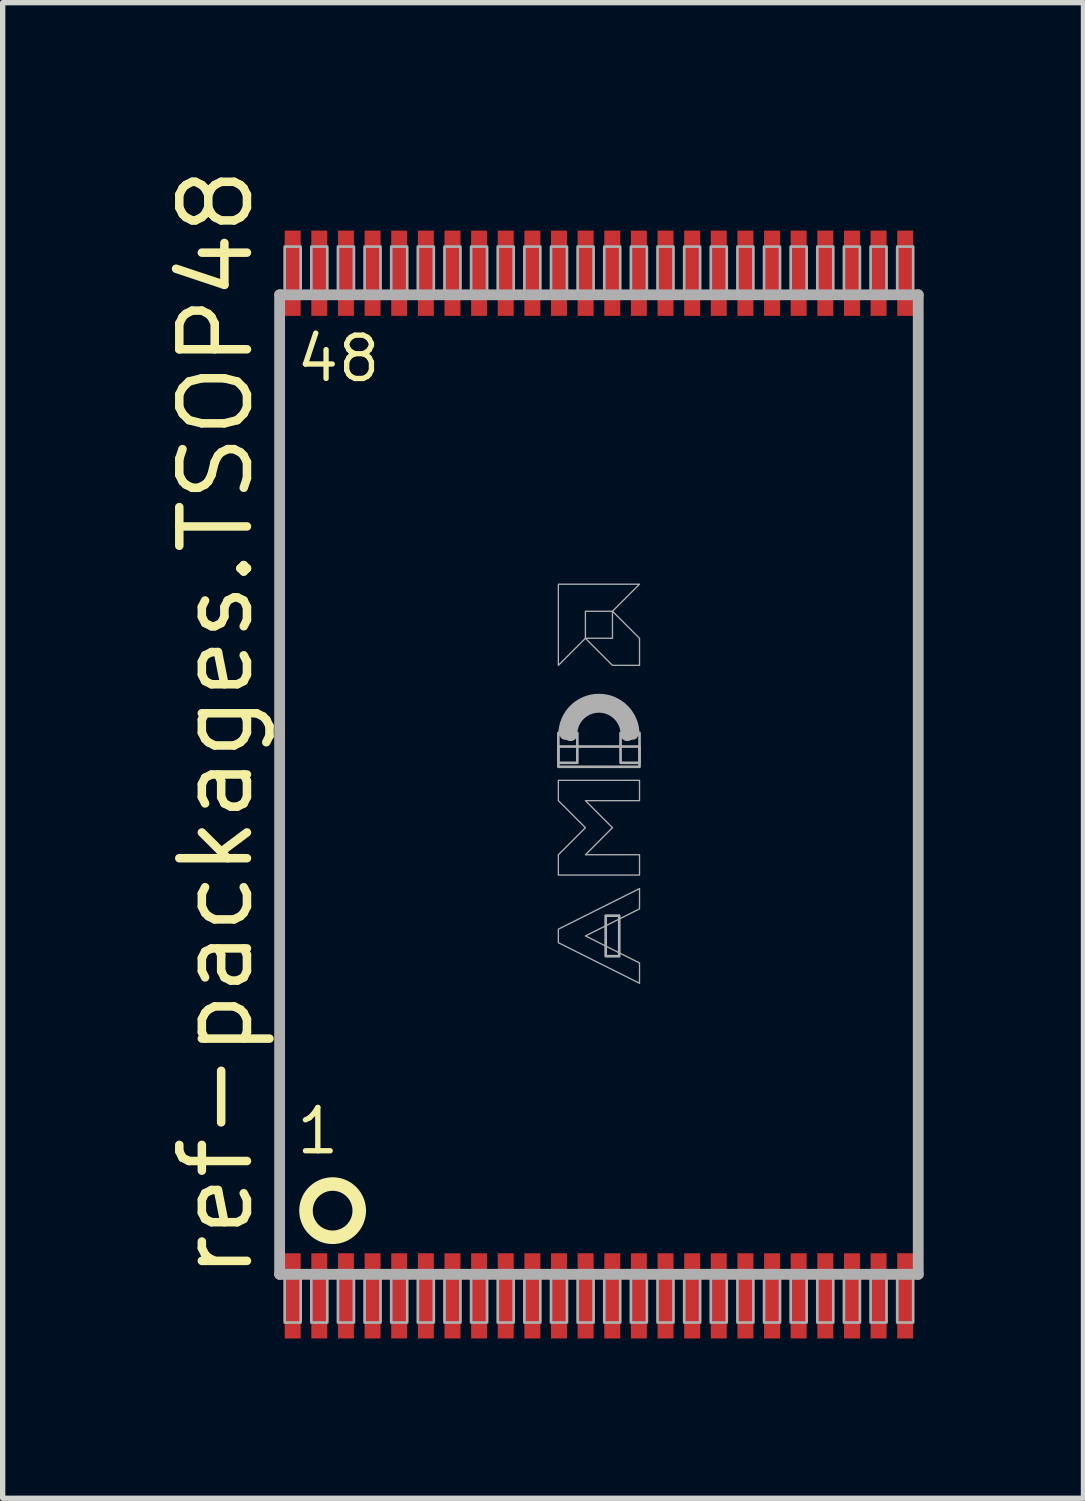
<source format=kicad_pcb>
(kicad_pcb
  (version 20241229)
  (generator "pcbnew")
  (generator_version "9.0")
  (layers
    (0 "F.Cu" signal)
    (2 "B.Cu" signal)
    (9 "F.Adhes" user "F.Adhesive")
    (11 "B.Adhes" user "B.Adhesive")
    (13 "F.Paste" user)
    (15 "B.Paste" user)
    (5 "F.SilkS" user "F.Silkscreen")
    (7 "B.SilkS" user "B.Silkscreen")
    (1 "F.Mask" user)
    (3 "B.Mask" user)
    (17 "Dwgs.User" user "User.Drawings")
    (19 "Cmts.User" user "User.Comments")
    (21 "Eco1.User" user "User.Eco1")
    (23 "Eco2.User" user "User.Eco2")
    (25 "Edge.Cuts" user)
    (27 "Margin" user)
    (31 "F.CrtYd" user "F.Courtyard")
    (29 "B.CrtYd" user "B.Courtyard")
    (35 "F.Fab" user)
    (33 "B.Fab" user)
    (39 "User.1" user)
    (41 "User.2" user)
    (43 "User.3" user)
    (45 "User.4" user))
  (footprint "ref-packages.TSOP48"
    (layer "F.Cu")
    (at 8.195 11.68)
    (property "Reference" "ref-packages.TSOP48" (at -6.445 9.35 90) (layer "F.SilkS") (effects (font (size 1.27 1.27) (thickness 0.16)) (justify left bottom)))
    (attr smd)
    (fp_circle (center -5 8) (end -4.5 8) (stroke (width 0.254) (type default)) (fill no) (layer "F.SilkS"))
    (fp_line (start -5.995 -9.195) (end 5.995 -9.195) (stroke (width 0.203) (type default)) (layer "F.Fab"))
    (fp_line (start -5.995 9.195) (end -5.995 -9.195) (stroke (width 0.203) (type default)) (layer "F.Fab"))
    (fp_line (start 5.995 -9.195) (end 5.995 9.195) (stroke (width 0.203) (type default)) (layer "F.Fab"))
    (fp_line (start 5.995 9.195) (end -5.995 9.195) (stroke (width 0.203) (type default)) (layer "F.Fab"))
    (fp_rect (start -5.9 -9.25) (end -5.6 -10.1) (stroke (width 0.05) (type default)) (fill no) (layer "F.Fab"))
    (fp_rect (start -5.9 10.1) (end -5.6 9.25) (stroke (width 0.05) (type default)) (fill no) (layer "F.Fab"))
    (fp_rect (start -5.4 -9.25) (end -5.1 -10.1) (stroke (width 0.05) (type default)) (fill no) (layer "F.Fab"))
    (fp_rect (start -5.4 10.1) (end -5.1 9.25) (stroke (width 0.05) (type default)) (fill no) (layer "F.Fab"))
    (fp_rect (start -4.9 -9.25) (end -4.6 -10.1) (stroke (width 0.05) (type default)) (fill no) (layer "F.Fab"))
    (fp_rect (start -4.9 10.1) (end -4.6 9.25) (stroke (width 0.05) (type default)) (fill no) (layer "F.Fab"))
    (fp_rect (start -4.4 -9.25) (end -4.1 -10.1) (stroke (width 0.05) (type default)) (fill no) (layer "F.Fab"))
    (fp_rect (start -4.4 10.1) (end -4.1 9.25) (stroke (width 0.05) (type default)) (fill no) (layer "F.Fab"))
    (fp_rect (start -3.9 -9.25) (end -3.6 -10.1) (stroke (width 0.05) (type default)) (fill no) (layer "F.Fab"))
    (fp_rect (start -3.9 10.1) (end -3.6 9.25) (stroke (width 0.05) (type default)) (fill no) (layer "F.Fab"))
    (fp_rect (start -3.4 -9.25) (end -3.1 -10.1) (stroke (width 0.05) (type default)) (fill no) (layer "F.Fab"))
    (fp_rect (start -3.4 10.1) (end -3.1 9.25) (stroke (width 0.05) (type default)) (fill no) (layer "F.Fab"))
    (fp_rect (start -2.9 -9.25) (end -2.6 -10.1) (stroke (width 0.05) (type default)) (fill no) (layer "F.Fab"))
    (fp_rect (start -2.9 10.1) (end -2.6 9.25) (stroke (width 0.05) (type default)) (fill no) (layer "F.Fab"))
    (fp_rect (start -2.4 -9.25) (end -2.1 -10.1) (stroke (width 0.05) (type default)) (fill no) (layer "F.Fab"))
    (fp_rect (start -2.4 10.1) (end -2.1 9.25) (stroke (width 0.05) (type default)) (fill no) (layer "F.Fab"))
    (fp_rect (start -1.9 -9.25) (end -1.6 -10.1) (stroke (width 0.05) (type default)) (fill no) (layer "F.Fab"))
    (fp_rect (start -1.9 10.1) (end -1.6 9.25) (stroke (width 0.05) (type default)) (fill no) (layer "F.Fab"))
    (fp_rect (start -1.4 -9.25) (end -1.1 -10.1) (stroke (width 0.05) (type default)) (fill no) (layer "F.Fab"))
    (fp_rect (start -1.4 10.1) (end -1.1 9.25) (stroke (width 0.05) (type default)) (fill no) (layer "F.Fab"))
    (fp_rect (start -0.9 -9.25) (end -0.6 -10.1) (stroke (width 0.05) (type default)) (fill no) (layer "F.Fab"))
    (fp_rect (start -0.9 10.1) (end -0.6 9.25) (stroke (width 0.05) (type default)) (fill no) (layer "F.Fab"))
    (fp_rect (start -0.762 -0.409) (end -0.406 -0.968) (stroke (width 0.05) (type default)) (fill no) (layer "F.Fab"))
    (fp_rect (start -0.762 -0.333) (end 0.762 -0.714) (stroke (width 0.05) (type default)) (fill no) (layer "F.Fab"))
    (fp_rect (start -0.4 -9.25) (end -0.1 -10.1) (stroke (width 0.05) (type default)) (fill no) (layer "F.Fab"))
    (fp_rect (start -0.4 10.1) (end -0.1 9.25) (stroke (width 0.05) (type default)) (fill no) (layer "F.Fab"))
    (fp_rect (start 0.1 -9.25) (end 0.4 -10.1) (stroke (width 0.05) (type default)) (fill no) (layer "F.Fab"))
    (fp_rect (start 0.1 10.1) (end 0.4 9.25) (stroke (width 0.05) (type default)) (fill no) (layer "F.Fab"))
    (fp_rect (start 0.127 3.223) (end 0.381 2.461) (stroke (width 0.05) (type default)) (fill no) (layer "F.Fab"))
    (fp_rect (start 0.406 -0.409) (end 0.762 -0.968) (stroke (width 0.05) (type default)) (fill no) (layer "F.Fab"))
    (fp_rect (start 0.6 -9.25) (end 0.9 -10.1) (stroke (width 0.05) (type default)) (fill no) (layer "F.Fab"))
    (fp_rect (start 0.6 10.1) (end 0.9 9.25) (stroke (width 0.05) (type default)) (fill no) (layer "F.Fab"))
    (fp_rect (start 1.1 -9.25) (end 1.4 -10.1) (stroke (width 0.05) (type default)) (fill no) (layer "F.Fab"))
    (fp_rect (start 1.1 10.1) (end 1.4 9.25) (stroke (width 0.05) (type default)) (fill no) (layer "F.Fab"))
    (fp_rect (start 1.6 -9.25) (end 1.9 -10.1) (stroke (width 0.05) (type default)) (fill no) (layer "F.Fab"))
    (fp_rect (start 1.6 10.1) (end 1.9 9.25) (stroke (width 0.05) (type default)) (fill no) (layer "F.Fab"))
    (fp_rect (start 2.1 -9.25) (end 2.4 -10.1) (stroke (width 0.05) (type default)) (fill no) (layer "F.Fab"))
    (fp_rect (start 2.1 10.1) (end 2.4 9.25) (stroke (width 0.05) (type default)) (fill no) (layer "F.Fab"))
    (fp_rect (start 2.6 -9.25) (end 2.9 -10.1) (stroke (width 0.05) (type default)) (fill no) (layer "F.Fab"))
    (fp_rect (start 2.6 10.1) (end 2.9 9.25) (stroke (width 0.05) (type default)) (fill no) (layer "F.Fab"))
    (fp_rect (start 3.1 -9.25) (end 3.4 -10.1) (stroke (width 0.05) (type default)) (fill no) (layer "F.Fab"))
    (fp_rect (start 3.1 10.1) (end 3.4 9.25) (stroke (width 0.05) (type default)) (fill no) (layer "F.Fab"))
    (fp_rect (start 3.6 -9.25) (end 3.9 -10.1) (stroke (width 0.05) (type default)) (fill no) (layer "F.Fab"))
    (fp_rect (start 3.6 10.1) (end 3.9 9.25) (stroke (width 0.05) (type default)) (fill no) (layer "F.Fab"))
    (fp_rect (start 4.1 -9.25) (end 4.4 -10.1) (stroke (width 0.05) (type default)) (fill no) (layer "F.Fab"))
    (fp_rect (start 4.1 10.1) (end 4.4 9.25) (stroke (width 0.05) (type default)) (fill no) (layer "F.Fab"))
    (fp_rect (start 4.6 -9.25) (end 4.9 -10.1) (stroke (width 0.05) (type default)) (fill no) (layer "F.Fab"))
    (fp_rect (start 4.6 10.1) (end 4.9 9.25) (stroke (width 0.05) (type default)) (fill no) (layer "F.Fab"))
    (fp_rect (start 5.1 -9.25) (end 5.4 -10.1) (stroke (width 0.05) (type default)) (fill no) (layer "F.Fab"))
    (fp_rect (start 5.1 10.1) (end 5.4 9.25) (stroke (width 0.05) (type default)) (fill no) (layer "F.Fab"))
    (fp_rect (start 5.6 -9.25) (end 5.9 -10.1) (stroke (width 0.05) (type default)) (fill no) (layer "F.Fab"))
    (fp_rect (start 5.6 10.1) (end 5.9 9.25) (stroke (width 0.05) (type default)) (fill no) (layer "F.Fab"))
    (fp_arc (start -0.7366 -0.9426) (mid 0 -1.6792) (end 0.7366 -0.9426) (stroke (width 0.0508) (type default)) (layer "F.Fab"))
    (fp_arc (start -0.635 -0.9426) (mid 0 -1.5776) (end 0.635 -0.9426) (stroke (width 0.2032) (type default)) (layer "F.Fab"))
    (fp_arc (start -0.5334 -0.9426) (mid 0 -1.476) (end 0.5334 -0.9426) (stroke (width 0.254) (type default)) (layer "F.Fab"))
    (fp_poly (pts (xy -0.762 -2.238) (xy -0.762 -3.762) (xy 0.762 -3.762) (xy 0.254 -3.254) (xy -0.254 -3.254) (xy -0.254 -2.746)) (stroke (width 0.025) (type default)) (fill no) (layer "F.Fab"))
    (fp_poly (pts (xy -0.254 -2.746) (xy 0.254 -2.238) (xy 0.762 -2.238) (xy 0.762 -2.746) (xy 0.254 -3.254) (xy 0.254 -2.746)) (stroke (width 0.025) (type default)) (fill no) (layer "F.Fab"))
    (fp_poly (pts (xy 0.762 3.731) (xy -0.762 2.969) (xy -0.762 2.715) (xy 0.762 1.953) (xy 0.762 2.334) (xy -0.254 2.842) (xy 0.762 3.35)) (stroke (width 0.025) (type default)) (fill no) (layer "F.Fab"))
    (fp_poly (pts (xy 0.762 1.699) (xy -0.762 1.699) (xy -0.762 1.318) (xy -0.254 0.81) (xy -0.762 0.302) (xy -0.762 -0.079) (xy 0.762 -0.079) (xy 0.762 0.302) (xy -0.254 0.302) (xy 0.254 0.81) (xy -0.254 1.318) (xy 0.762 1.318)) (stroke (width 0.025) (type default)) (fill no) (layer "F.Fab"))
    (fp_text user "1" (at -5.731 6.98 0) (layer "F.SilkS") (effects (font (size 0.813 0.813) (thickness 0.1)) (justify left bottom)))
    (fp_text user "48" (at -5.731 -7.52 0) (layer "F.SilkS") (effects (font (size 0.813 0.813) (thickness 0.1)) (justify left bottom)))
    (pad "1" smd roundrect (at -5.75 9.6) (size 0.3 1.6) (layers "F.Cu" "F.Mask" "F.Paste") (roundrect_rratio 0.01))
    (pad "2" smd roundrect (at -5.25 9.6) (size 0.3 1.6) (layers "F.Cu" "F.Mask" "F.Paste") (roundrect_rratio 0.01))
    (pad "3" smd roundrect (at -4.75 9.6) (size 0.3 1.6) (layers "F.Cu" "F.Mask" "F.Paste") (roundrect_rratio 0.01))
    (pad "4" smd roundrect (at -4.25 9.6) (size 0.3 1.6) (layers "F.Cu" "F.Mask" "F.Paste") (roundrect_rratio 0.01))
    (pad "5" smd roundrect (at -3.75 9.6) (size 0.3 1.6) (layers "F.Cu" "F.Mask" "F.Paste") (roundrect_rratio 0.01))
    (pad "6" smd roundrect (at -3.25 9.6) (size 0.3 1.6) (layers "F.Cu" "F.Mask" "F.Paste") (roundrect_rratio 0.01))
    (pad "7" smd roundrect (at -2.75 9.6) (size 0.3 1.6) (layers "F.Cu" "F.Mask" "F.Paste") (roundrect_rratio 0.01))
    (pad "8" smd roundrect (at -2.25 9.6) (size 0.3 1.6) (layers "F.Cu" "F.Mask" "F.Paste") (roundrect_rratio 0.01))
    (pad "9" smd roundrect (at -1.75 9.6) (size 0.3 1.6) (layers "F.Cu" "F.Mask" "F.Paste") (roundrect_rratio 0.01))
    (pad "10" smd roundrect (at -1.25 9.6) (size 0.3 1.6) (layers "F.Cu" "F.Mask" "F.Paste") (roundrect_rratio 0.01))
    (pad "11" smd roundrect (at -0.75 9.6) (size 0.3 1.6) (layers "F.Cu" "F.Mask" "F.Paste") (roundrect_rratio 0.01))
    (pad "12" smd roundrect (at -0.25 9.6) (size 0.3 1.6) (layers "F.Cu" "F.Mask" "F.Paste") (roundrect_rratio 0.01))
    (pad "13" smd roundrect (at 0.25 9.6) (size 0.3 1.6) (layers "F.Cu" "F.Mask" "F.Paste") (roundrect_rratio 0.01))
    (pad "14" smd roundrect (at 0.75 9.6) (size 0.3 1.6) (layers "F.Cu" "F.Mask" "F.Paste") (roundrect_rratio 0.01))
    (pad "15" smd roundrect (at 1.25 9.6) (size 0.3 1.6) (layers "F.Cu" "F.Mask" "F.Paste") (roundrect_rratio 0.01))
    (pad "16" smd roundrect (at 1.75 9.6) (size 0.3 1.6) (layers "F.Cu" "F.Mask" "F.Paste") (roundrect_rratio 0.01))
    (pad "17" smd roundrect (at 2.25 9.6) (size 0.3 1.6) (layers "F.Cu" "F.Mask" "F.Paste") (roundrect_rratio 0.01))
    (pad "18" smd roundrect (at 2.75 9.6) (size 0.3 1.6) (layers "F.Cu" "F.Mask" "F.Paste") (roundrect_rratio 0.01))
    (pad "19" smd roundrect (at 3.25 9.6) (size 0.3 1.6) (layers "F.Cu" "F.Mask" "F.Paste") (roundrect_rratio 0.01))
    (pad "20" smd roundrect (at 3.75 9.6) (size 0.3 1.6) (layers "F.Cu" "F.Mask" "F.Paste") (roundrect_rratio 0.01))
    (pad "21" smd roundrect (at 4.25 9.6) (size 0.3 1.6) (layers "F.Cu" "F.Mask" "F.Paste") (roundrect_rratio 0.01))
    (pad "22" smd roundrect (at 4.75 9.6) (size 0.3 1.6) (layers "F.Cu" "F.Mask" "F.Paste") (roundrect_rratio 0.01))
    (pad "23" smd roundrect (at 5.25 9.6) (size 0.3 1.6) (layers "F.Cu" "F.Mask" "F.Paste") (roundrect_rratio 0.01))
    (pad "24" smd roundrect (at 5.75 9.6) (size 0.3 1.6) (layers "F.Cu" "F.Mask" "F.Paste") (roundrect_rratio 0.01))
    (pad "25" smd roundrect (at 5.75 -9.6) (size 0.3 1.6) (layers "F.Cu" "F.Mask" "F.Paste") (roundrect_rratio 0.01))
    (pad "26" smd roundrect (at 5.25 -9.6) (size 0.3 1.6) (layers "F.Cu" "F.Mask" "F.Paste") (roundrect_rratio 0.01))
    (pad "27" smd roundrect (at 4.75 -9.6) (size 0.3 1.6) (layers "F.Cu" "F.Mask" "F.Paste") (roundrect_rratio 0.01))
    (pad "28" smd roundrect (at 4.25 -9.6) (size 0.3 1.6) (layers "F.Cu" "F.Mask" "F.Paste") (roundrect_rratio 0.01))
    (pad "29" smd roundrect (at 3.75 -9.6) (size 0.3 1.6) (layers "F.Cu" "F.Mask" "F.Paste") (roundrect_rratio 0.01))
    (pad "30" smd roundrect (at 3.25 -9.6) (size 0.3 1.6) (layers "F.Cu" "F.Mask" "F.Paste") (roundrect_rratio 0.01))
    (pad "31" smd roundrect (at 2.75 -9.6) (size 0.3 1.6) (layers "F.Cu" "F.Mask" "F.Paste") (roundrect_rratio 0.01))
    (pad "32" smd roundrect (at 2.25 -9.6) (size 0.3 1.6) (layers "F.Cu" "F.Mask" "F.Paste") (roundrect_rratio 0.01))
    (pad "33" smd roundrect (at 1.75 -9.6) (size 0.3 1.6) (layers "F.Cu" "F.Mask" "F.Paste") (roundrect_rratio 0.01))
    (pad "34" smd roundrect (at 1.25 -9.6) (size 0.3 1.6) (layers "F.Cu" "F.Mask" "F.Paste") (roundrect_rratio 0.01))
    (pad "35" smd roundrect (at 0.75 -9.6) (size 0.3 1.6) (layers "F.Cu" "F.Mask" "F.Paste") (roundrect_rratio 0.01))
    (pad "36" smd roundrect (at 0.25 -9.6) (size 0.3 1.6) (layers "F.Cu" "F.Mask" "F.Paste") (roundrect_rratio 0.01))
    (pad "37" smd roundrect (at -0.25 -9.6) (size 0.3 1.6) (layers "F.Cu" "F.Mask" "F.Paste") (roundrect_rratio 0.01))
    (pad "38" smd roundrect (at -0.75 -9.6) (size 0.3 1.6) (layers "F.Cu" "F.Mask" "F.Paste") (roundrect_rratio 0.01))
    (pad "39" smd roundrect (at -1.25 -9.6) (size 0.3 1.6) (layers "F.Cu" "F.Mask" "F.Paste") (roundrect_rratio 0.01))
    (pad "40" smd roundrect (at -1.75 -9.6) (size 0.3 1.6) (layers "F.Cu" "F.Mask" "F.Paste") (roundrect_rratio 0.01))
    (pad "41" smd roundrect (at -2.25 -9.6) (size 0.3 1.6) (layers "F.Cu" "F.Mask" "F.Paste") (roundrect_rratio 0.01))
    (pad "42" smd roundrect (at -2.75 -9.6) (size 0.3 1.6) (layers "F.Cu" "F.Mask" "F.Paste") (roundrect_rratio 0.01))
    (pad "43" smd roundrect (at -3.25 -9.6) (size 0.3 1.6) (layers "F.Cu" "F.Mask" "F.Paste") (roundrect_rratio 0.01))
    (pad "44" smd roundrect (at -3.75 -9.6) (size 0.3 1.6) (layers "F.Cu" "F.Mask" "F.Paste") (roundrect_rratio 0.01))
    (pad "45" smd roundrect (at -4.25 -9.6) (size 0.3 1.6) (layers "F.Cu" "F.Mask" "F.Paste") (roundrect_rratio 0.01))
    (pad "46" smd roundrect (at -4.75 -9.6) (size 0.3 1.6) (layers "F.Cu" "F.Mask" "F.Paste") (roundrect_rratio 0.01))
    (pad "47" smd roundrect (at -5.25 -9.6) (size 0.3 1.6) (layers "F.Cu" "F.Mask" "F.Paste") (roundrect_rratio 0.01))
    (pad "48" smd roundrect (at -5.75 -9.6) (size 0.3 1.6) (layers "F.Cu" "F.Mask" "F.Paste") (roundrect_rratio 0.01)))
  (gr_rect
    (start -3 -3)
    (end 17.292 25.08)
    (stroke (width 0.1) (type default))
    (fill no)
    (layer "Edge.Cuts")))
</source>
